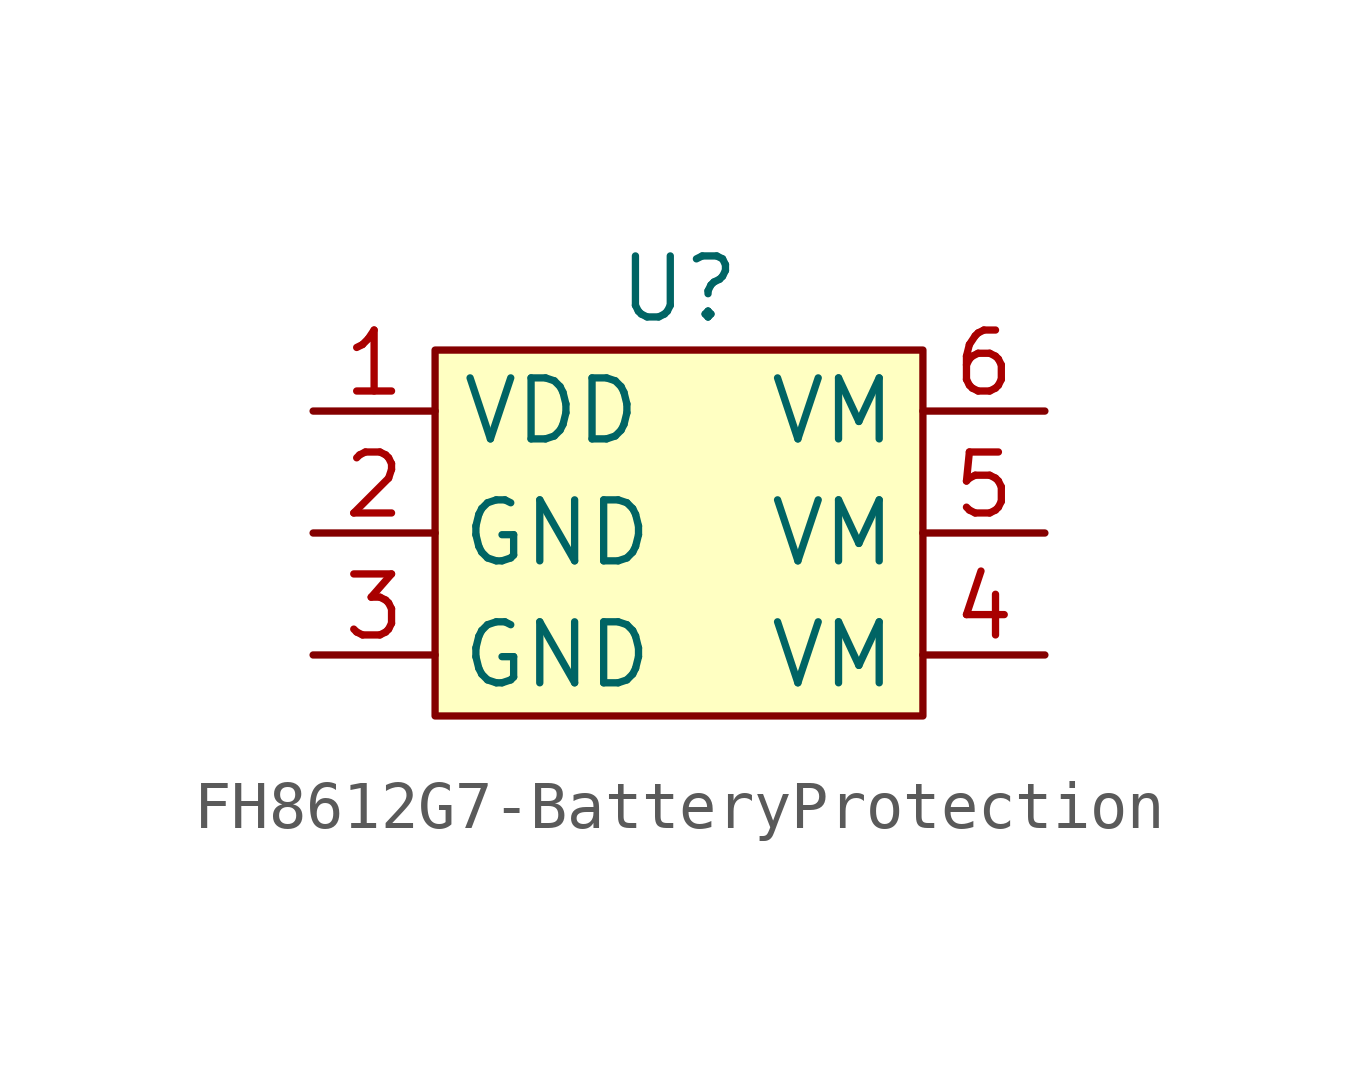
<source format=kicad_sym>
(kicad_symbol_lib
  (version 20211014)
  (generator kicad_symbol_editor)
  (symbol "FH8612G7-BatteryProtection"
    (property "Reference" "U"
      (at 0 5.08 0)
      (effects (font (size 1.27 1.27))))
    (symbol "FH8612G7-BatteryProtection_0_1"
      (rectangle (start -5.08 3.81) (end 5.08 -3.81) (stroke (width 0.152) (type default) (color 0 0 0 0)) (fill (type background))))
    (symbol "FH8612G7-BatteryProtection_1_1"
      (pin input line (at -7.62 2.54 0) (length 2.54) (name "VDD" (effects (font (size 1.27 1.27)))) (number "1" (effects (font (size 1.27 1.27)))))
      (pin input line (at -7.62 0 0) (length 2.54) (name "GND" (effects (font (size 1.27 1.27)))) (number "2" (effects (font (size 1.27 1.27)))))
      (pin input line (at -7.62 -2.54 0) (length 2.54) (name "GND" (effects (font (size 1.27 1.27)))) (number "3" (effects (font (size 1.27 1.27)))))
      (pin input line (at 7.62 -2.54 180) (length 2.54) (name "VM" (effects (font (size 1.27 1.27)))) (number "4" (effects (font (size 1.27 1.27)))))
      (pin input line (at 7.62 0 180) (length 2.54) (name "VM" (effects (font (size 1.27 1.27)))) (number "5" (effects (font (size 1.27 1.27)))))
      (pin input line (at 7.62 2.54 180) (length 2.54) (name "VM" (effects (font (size 1.27 1.27)))) (number "6" (effects (font (size 1.27 1.27))))))))
</source>
